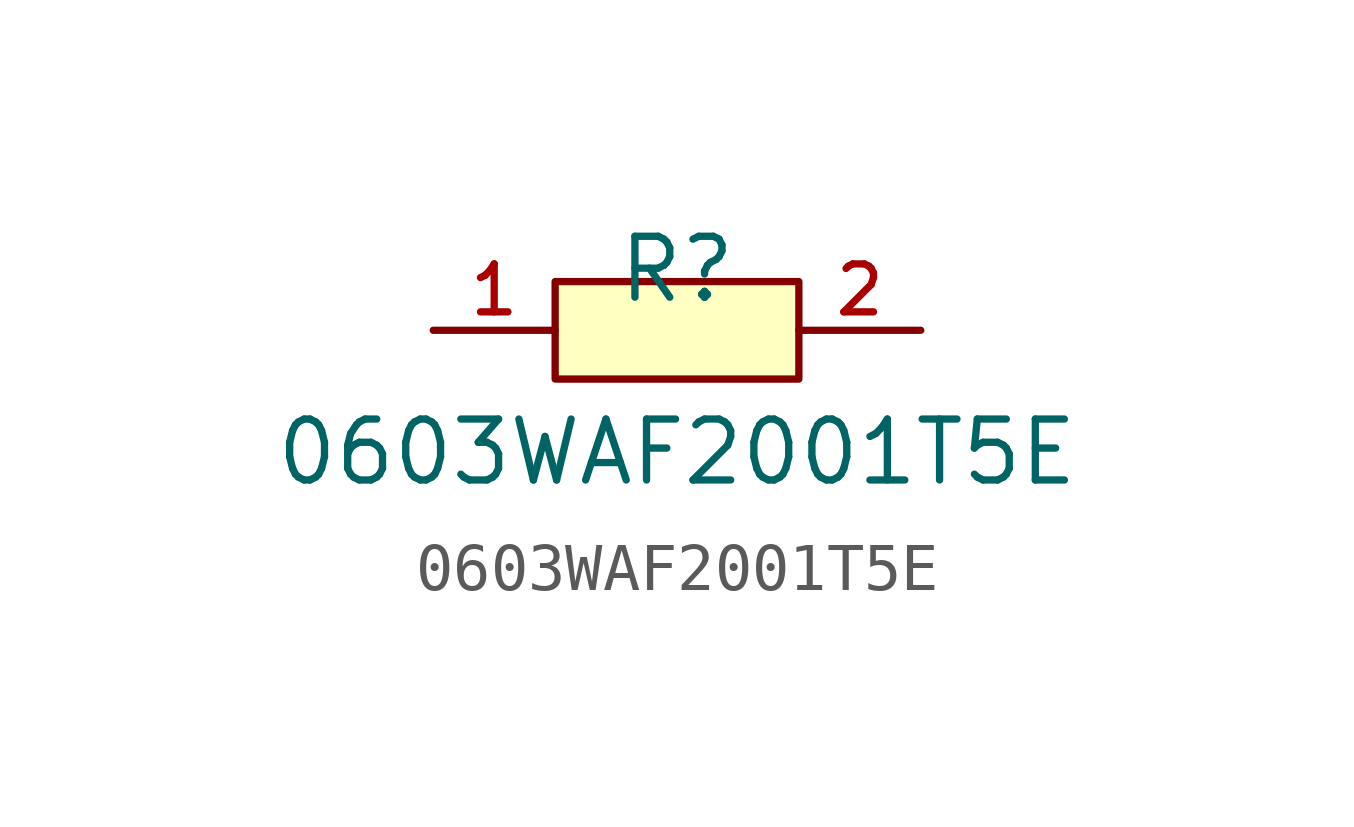
<source format=kicad_sym>
(kicad_symbol_lib
  (version 20220914)
  (generator kicad_symbol_editor)
  (symbol "0603WAF2001T5E"
    (pin_names hide)
    (property "Reference" "R"
      (at 0 1.27 0)
      (effects (font (size 1.27 1.27))))
    (property "Value" "0603WAF2001T5E"
      (at 0 -2.54 0)
      (effects (font (size 1.27 1.27))))
    (symbol "0603WAF2001T5E_0_1"
      (rectangle (start -2.54 1.016) (end 2.54 -1.016) (stroke (width 0) (type default)) (fill (type background))))
    (symbol "0603WAF2001T5E_1_1"
      (pin passive line (at -5.08 0 0) (length 2.54) (name "1" (effects (font (size 1 1)))) (number "1" (effects (font (size 1 1)))))
      (pin passive line (at 5.08 0 180) (length 2.54) (name "2" (effects (font (size 1 1)))) (number "2" (effects (font (size 1 1))))))))
</source>
